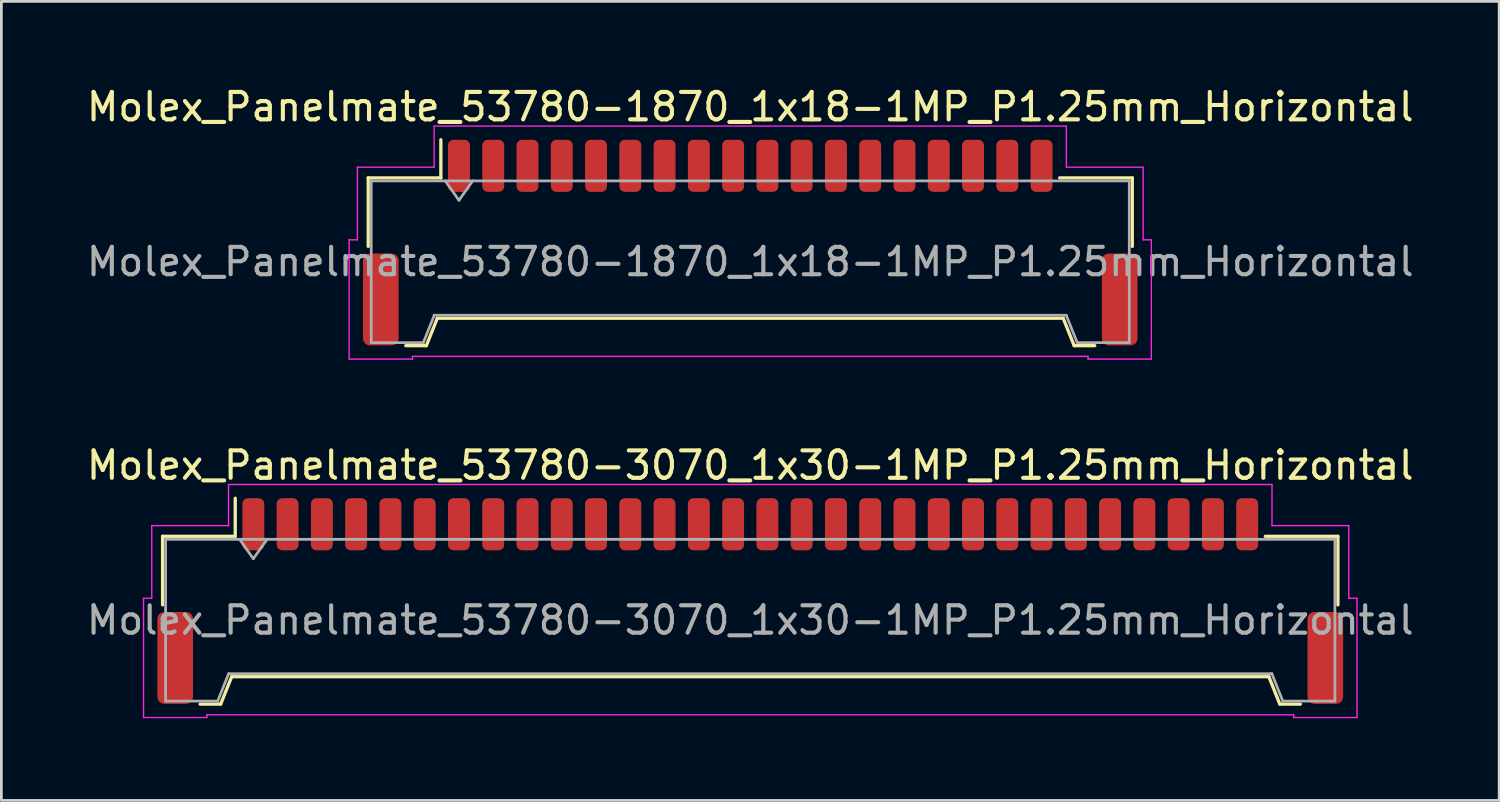
<source format=kicad_pcb>
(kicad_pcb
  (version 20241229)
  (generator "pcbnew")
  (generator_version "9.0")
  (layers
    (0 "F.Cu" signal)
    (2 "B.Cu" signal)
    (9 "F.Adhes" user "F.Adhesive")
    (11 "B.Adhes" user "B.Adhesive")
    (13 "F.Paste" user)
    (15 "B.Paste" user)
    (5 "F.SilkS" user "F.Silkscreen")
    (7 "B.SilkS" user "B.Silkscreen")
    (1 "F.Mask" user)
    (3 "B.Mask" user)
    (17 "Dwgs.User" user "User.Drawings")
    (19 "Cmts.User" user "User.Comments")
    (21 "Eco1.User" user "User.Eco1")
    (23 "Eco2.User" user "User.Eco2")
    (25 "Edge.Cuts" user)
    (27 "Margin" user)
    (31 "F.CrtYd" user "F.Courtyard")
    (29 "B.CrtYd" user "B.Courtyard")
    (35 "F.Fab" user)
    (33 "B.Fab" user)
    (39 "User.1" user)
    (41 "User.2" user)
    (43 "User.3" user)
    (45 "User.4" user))
  (footprint "Molex_Panelmate_53780-1870_1x18-1MP_P1.25mm_Horizontal"
    (layer "F.Cu")
    (at 24.315 5.798)
    (property "Reference" "Molex_Panelmate_53780-1870_1x18-1MP_P1.25mm_Horizontal" (at 0 -4.95 0) (layer "F.SilkS") (effects (font (size 1 1) (thickness 0.15))))
    (attr smd)
    (fp_line (start -13.935 -2.36) (end -11.285 -2.36) (stroke (width 0.12) (type solid)) (layer "F.SilkS"))
    (fp_line (start -13.935 0.14) (end -13.935 -2.36) (stroke (width 0.12) (type solid)) (layer "F.SilkS"))
    (fp_line (start -12.565 3.76) (end -11.815 3.76) (stroke (width 0.12) (type solid)) (layer "F.SilkS"))
    (fp_line (start -11.815 3.76) (end -11.415 2.76) (stroke (width 0.12) (type solid)) (layer "F.SilkS"))
    (fp_line (start -11.415 2.76) (end 11.415 2.76) (stroke (width 0.12) (type solid)) (layer "F.SilkS"))
    (fp_line (start -11.285 -2.36) (end -11.285 -3.75) (stroke (width 0.12) (type solid)) (layer "F.SilkS"))
    (fp_line (start 11.415 2.76) (end 11.815 3.76) (stroke (width 0.12) (type solid)) (layer "F.SilkS"))
    (fp_line (start 11.815 3.76) (end 12.565 3.76) (stroke (width 0.12) (type solid)) (layer "F.SilkS"))
    (fp_line (start 13.935 -2.36) (end 11.285 -2.36) (stroke (width 0.12) (type solid)) (layer "F.SilkS"))
    (fp_line (start 13.935 0.14) (end 13.935 -2.36) (stroke (width 0.12) (type solid)) (layer "F.SilkS"))
    (fp_line (start -14.63 -0.1) (end -14.33 -0.1) (stroke (width 0.05) (type solid)) (layer "F.CrtYd"))
    (fp_line (start -14.63 4.25) (end -14.63 -0.1) (stroke (width 0.05) (type solid)) (layer "F.CrtYd"))
    (fp_line (start -14.33 -2.75) (end -11.53 -2.75) (stroke (width 0.05) (type solid)) (layer "F.CrtYd"))
    (fp_line (start -14.33 -0.1) (end -14.33 -2.75) (stroke (width 0.05) (type solid)) (layer "F.CrtYd"))
    (fp_line (start -12.32 4.15) (end -12.32 4.25) (stroke (width 0.05) (type solid)) (layer "F.CrtYd"))
    (fp_line (start -12.32 4.25) (end -14.63 4.25) (stroke (width 0.05) (type solid)) (layer "F.CrtYd"))
    (fp_line (start -11.53 -4.25) (end 11.53 -4.25) (stroke (width 0.05) (type solid)) (layer "F.CrtYd"))
    (fp_line (start -11.53 -2.75) (end -11.53 -4.25) (stroke (width 0.05) (type solid)) (layer "F.CrtYd"))
    (fp_line (start 11.53 -4.25) (end 11.53 -2.75) (stroke (width 0.05) (type solid)) (layer "F.CrtYd"))
    (fp_line (start 11.53 -2.75) (end 14.33 -2.75) (stroke (width 0.05) (type solid)) (layer "F.CrtYd"))
    (fp_line (start 12.32 4.15) (end -12.32 4.15) (stroke (width 0.05) (type solid)) (layer "F.CrtYd"))
    (fp_line (start 12.32 4.25) (end 12.32 4.15) (stroke (width 0.05) (type solid)) (layer "F.CrtYd"))
    (fp_line (start 14.33 -2.75) (end 14.33 -0.1) (stroke (width 0.05) (type solid)) (layer "F.CrtYd"))
    (fp_line (start 14.33 -0.1) (end 14.63 -0.1) (stroke (width 0.05) (type solid)) (layer "F.CrtYd"))
    (fp_line (start 14.63 -0.1) (end 14.63 4.25) (stroke (width 0.05) (type solid)) (layer "F.CrtYd"))
    (fp_line (start 14.63 4.25) (end 12.32 4.25) (stroke (width 0.05) (type solid)) (layer "F.CrtYd"))
    (fp_line (start -13.825 -2.25) (end -13.825 3.65) (stroke (width 0.1) (type solid)) (layer "F.Fab"))
    (fp_line (start -13.825 -2.25) (end 13.825 -2.25) (stroke (width 0.1) (type solid)) (layer "F.Fab"))
    (fp_line (start -13.825 3.65) (end -11.925 3.65) (stroke (width 0.1) (type solid)) (layer "F.Fab"))
    (fp_line (start -11.925 3.65) (end -11.525 2.65) (stroke (width 0.1) (type solid)) (layer "F.Fab"))
    (fp_line (start -11.525 2.65) (end 11.525 2.65) (stroke (width 0.1) (type solid)) (layer "F.Fab"))
    (fp_line (start -11.125 -2.25) (end -10.625 -1.543) (stroke (width 0.1) (type solid)) (layer "F.Fab"))
    (fp_line (start -10.625 -1.543) (end -10.125 -2.25) (stroke (width 0.1) (type solid)) (layer "F.Fab"))
    (fp_line (start 11.525 2.65) (end 11.925 3.65) (stroke (width 0.1) (type solid)) (layer "F.Fab"))
    (fp_line (start 11.925 3.65) (end 13.825 3.65) (stroke (width 0.1) (type solid)) (layer "F.Fab"))
    (fp_line (start 13.825 -2.25) (end 13.825 3.65) (stroke (width 0.1) (type solid)) (layer "F.Fab"))
    (fp_text user "${REFERENCE}" (at 0 0.7 0) (layer "F.Fab") (effects (font (size 1 1) (thickness 0.15))))
    (pad "1" smd roundrect (at -10.625 -2.8) (size 0.8 1.9) (layers "F.Cu" "F.Mask" "F.Paste") (roundrect_rratio 0.25))
    (pad "2" smd roundrect (at -9.375 -2.8) (size 0.8 1.9) (layers "F.Cu" "F.Mask" "F.Paste") (roundrect_rratio 0.25))
    (pad "3" smd roundrect (at -8.125 -2.8) (size 0.8 1.9) (layers "F.Cu" "F.Mask" "F.Paste") (roundrect_rratio 0.25))
    (pad "4" smd roundrect (at -6.875 -2.8) (size 0.8 1.9) (layers "F.Cu" "F.Mask" "F.Paste") (roundrect_rratio 0.25))
    (pad "5" smd roundrect (at -5.625 -2.8) (size 0.8 1.9) (layers "F.Cu" "F.Mask" "F.Paste") (roundrect_rratio 0.25))
    (pad "6" smd roundrect (at -4.375 -2.8) (size 0.8 1.9) (layers "F.Cu" "F.Mask" "F.Paste") (roundrect_rratio 0.25))
    (pad "7" smd roundrect (at -3.125 -2.8) (size 0.8 1.9) (layers "F.Cu" "F.Mask" "F.Paste") (roundrect_rratio 0.25))
    (pad "8" smd roundrect (at -1.875 -2.8) (size 0.8 1.9) (layers "F.Cu" "F.Mask" "F.Paste") (roundrect_rratio 0.25))
    (pad "9" smd roundrect (at -0.625 -2.8) (size 0.8 1.9) (layers "F.Cu" "F.Mask" "F.Paste") (roundrect_rratio 0.25))
    (pad "10" smd roundrect (at 0.625 -2.8) (size 0.8 1.9) (layers "F.Cu" "F.Mask" "F.Paste") (roundrect_rratio 0.25))
    (pad "11" smd roundrect (at 1.875 -2.8) (size 0.8 1.9) (layers "F.Cu" "F.Mask" "F.Paste") (roundrect_rratio 0.25))
    (pad "12" smd roundrect (at 3.125 -2.8) (size 0.8 1.9) (layers "F.Cu" "F.Mask" "F.Paste") (roundrect_rratio 0.25))
    (pad "13" smd roundrect (at 4.375 -2.8) (size 0.8 1.9) (layers "F.Cu" "F.Mask" "F.Paste") (roundrect_rratio 0.25))
    (pad "14" smd roundrect (at 5.625 -2.8) (size 0.8 1.9) (layers "F.Cu" "F.Mask" "F.Paste") (roundrect_rratio 0.25))
    (pad "15" smd roundrect (at 6.875 -2.8) (size 0.8 1.9) (layers "F.Cu" "F.Mask" "F.Paste") (roundrect_rratio 0.25))
    (pad "16" smd roundrect (at 8.125 -2.8) (size 0.8 1.9) (layers "F.Cu" "F.Mask" "F.Paste") (roundrect_rratio 0.25))
    (pad "17" smd roundrect (at 9.375 -2.8) (size 0.8 1.9) (layers "F.Cu" "F.Mask" "F.Paste") (roundrect_rratio 0.25))
    (pad "18" smd roundrect (at 10.625 -2.8) (size 0.8 1.9) (layers "F.Cu" "F.Mask" "F.Paste") (roundrect_rratio 0.25))
    (pad "MP" smd roundrect (at -13.475 2.075) (size 1.3 3.35) (layers "F.Cu" "F.Mask" "F.Paste") (roundrect_rratio 0.192))
    (pad "MP" smd roundrect (at 13.475 2.075) (size 1.3 3.35) (layers "F.Cu" "F.Mask" "F.Paste") (roundrect_rratio 0.192)))
  (footprint "Molex_Panelmate_53780-3070_1x30-1MP_P1.25mm_Horizontal"
    (layer "F.Cu")
    (at 24.315 18.872)
    (property "Reference" "Molex_Panelmate_53780-3070_1x30-1MP_P1.25mm_Horizontal" (at 0 -4.95 0) (layer "F.SilkS") (effects (font (size 1 1) (thickness 0.15))))
    (attr smd)
    (fp_line (start -21.435 -2.36) (end -18.785 -2.36) (stroke (width 0.12) (type solid)) (layer "F.SilkS"))
    (fp_line (start -21.435 0.14) (end -21.435 -2.36) (stroke (width 0.12) (type solid)) (layer "F.SilkS"))
    (fp_line (start -20.065 3.76) (end -19.315 3.76) (stroke (width 0.12) (type solid)) (layer "F.SilkS"))
    (fp_line (start -19.315 3.76) (end -18.915 2.76) (stroke (width 0.12) (type solid)) (layer "F.SilkS"))
    (fp_line (start -18.915 2.76) (end 18.915 2.76) (stroke (width 0.12) (type solid)) (layer "F.SilkS"))
    (fp_line (start -18.785 -2.36) (end -18.785 -3.75) (stroke (width 0.12) (type solid)) (layer "F.SilkS"))
    (fp_line (start 18.915 2.76) (end 19.315 3.76) (stroke (width 0.12) (type solid)) (layer "F.SilkS"))
    (fp_line (start 19.315 3.76) (end 20.065 3.76) (stroke (width 0.12) (type solid)) (layer "F.SilkS"))
    (fp_line (start 21.435 -2.36) (end 18.785 -2.36) (stroke (width 0.12) (type solid)) (layer "F.SilkS"))
    (fp_line (start 21.435 0.14) (end 21.435 -2.36) (stroke (width 0.12) (type solid)) (layer "F.SilkS"))
    (fp_line (start -22.13 -0.1) (end -21.83 -0.1) (stroke (width 0.05) (type solid)) (layer "F.CrtYd"))
    (fp_line (start -22.13 4.25) (end -22.13 -0.1) (stroke (width 0.05) (type solid)) (layer "F.CrtYd"))
    (fp_line (start -21.83 -2.75) (end -19.03 -2.75) (stroke (width 0.05) (type solid)) (layer "F.CrtYd"))
    (fp_line (start -21.83 -0.1) (end -21.83 -2.75) (stroke (width 0.05) (type solid)) (layer "F.CrtYd"))
    (fp_line (start -19.82 4.15) (end -19.82 4.25) (stroke (width 0.05) (type solid)) (layer "F.CrtYd"))
    (fp_line (start -19.82 4.25) (end -22.13 4.25) (stroke (width 0.05) (type solid)) (layer "F.CrtYd"))
    (fp_line (start -19.03 -4.25) (end 19.03 -4.25) (stroke (width 0.05) (type solid)) (layer "F.CrtYd"))
    (fp_line (start -19.03 -2.75) (end -19.03 -4.25) (stroke (width 0.05) (type solid)) (layer "F.CrtYd"))
    (fp_line (start 19.03 -4.25) (end 19.03 -2.75) (stroke (width 0.05) (type solid)) (layer "F.CrtYd"))
    (fp_line (start 19.03 -2.75) (end 21.83 -2.75) (stroke (width 0.05) (type solid)) (layer "F.CrtYd"))
    (fp_line (start 19.82 4.15) (end -19.82 4.15) (stroke (width 0.05) (type solid)) (layer "F.CrtYd"))
    (fp_line (start 19.82 4.25) (end 19.82 4.15) (stroke (width 0.05) (type solid)) (layer "F.CrtYd"))
    (fp_line (start 21.83 -2.75) (end 21.83 -0.1) (stroke (width 0.05) (type solid)) (layer "F.CrtYd"))
    (fp_line (start 21.83 -0.1) (end 22.13 -0.1) (stroke (width 0.05) (type solid)) (layer "F.CrtYd"))
    (fp_line (start 22.13 -0.1) (end 22.13 4.25) (stroke (width 0.05) (type solid)) (layer "F.CrtYd"))
    (fp_line (start 22.13 4.25) (end 19.82 4.25) (stroke (width 0.05) (type solid)) (layer "F.CrtYd"))
    (fp_line (start -21.325 -2.25) (end -21.325 3.65) (stroke (width 0.1) (type solid)) (layer "F.Fab"))
    (fp_line (start -21.325 -2.25) (end 21.325 -2.25) (stroke (width 0.1) (type solid)) (layer "F.Fab"))
    (fp_line (start -21.325 3.65) (end -19.425 3.65) (stroke (width 0.1) (type solid)) (layer "F.Fab"))
    (fp_line (start -19.425 3.65) (end -19.025 2.65) (stroke (width 0.1) (type solid)) (layer "F.Fab"))
    (fp_line (start -19.025 2.65) (end 19.025 2.65) (stroke (width 0.1) (type solid)) (layer "F.Fab"))
    (fp_line (start -18.625 -2.25) (end -18.125 -1.543) (stroke (width 0.1) (type solid)) (layer "F.Fab"))
    (fp_line (start -18.125 -1.543) (end -17.625 -2.25) (stroke (width 0.1) (type solid)) (layer "F.Fab"))
    (fp_line (start 19.025 2.65) (end 19.425 3.65) (stroke (width 0.1) (type solid)) (layer "F.Fab"))
    (fp_line (start 19.425 3.65) (end 21.325 3.65) (stroke (width 0.1) (type solid)) (layer "F.Fab"))
    (fp_line (start 21.325 -2.25) (end 21.325 3.65) (stroke (width 0.1) (type solid)) (layer "F.Fab"))
    (fp_text user "${REFERENCE}" (at 0 0.7 0) (layer "F.Fab") (effects (font (size 1 1) (thickness 0.15))))
    (pad "1" smd roundrect (at -18.125 -2.8) (size 0.8 1.9) (layers "F.Cu" "F.Mask" "F.Paste") (roundrect_rratio 0.25))
    (pad "2" smd roundrect (at -16.875 -2.8) (size 0.8 1.9) (layers "F.Cu" "F.Mask" "F.Paste") (roundrect_rratio 0.25))
    (pad "3" smd roundrect (at -15.625 -2.8) (size 0.8 1.9) (layers "F.Cu" "F.Mask" "F.Paste") (roundrect_rratio 0.25))
    (pad "4" smd roundrect (at -14.375 -2.8) (size 0.8 1.9) (layers "F.Cu" "F.Mask" "F.Paste") (roundrect_rratio 0.25))
    (pad "5" smd roundrect (at -13.125 -2.8) (size 0.8 1.9) (layers "F.Cu" "F.Mask" "F.Paste") (roundrect_rratio 0.25))
    (pad "6" smd roundrect (at -11.875 -2.8) (size 0.8 1.9) (layers "F.Cu" "F.Mask" "F.Paste") (roundrect_rratio 0.25))
    (pad "7" smd roundrect (at -10.625 -2.8) (size 0.8 1.9) (layers "F.Cu" "F.Mask" "F.Paste") (roundrect_rratio 0.25))
    (pad "8" smd roundrect (at -9.375 -2.8) (size 0.8 1.9) (layers "F.Cu" "F.Mask" "F.Paste") (roundrect_rratio 0.25))
    (pad "9" smd roundrect (at -8.125 -2.8) (size 0.8 1.9) (layers "F.Cu" "F.Mask" "F.Paste") (roundrect_rratio 0.25))
    (pad "10" smd roundrect (at -6.875 -2.8) (size 0.8 1.9) (layers "F.Cu" "F.Mask" "F.Paste") (roundrect_rratio 0.25))
    (pad "11" smd roundrect (at -5.625 -2.8) (size 0.8 1.9) (layers "F.Cu" "F.Mask" "F.Paste") (roundrect_rratio 0.25))
    (pad "12" smd roundrect (at -4.375 -2.8) (size 0.8 1.9) (layers "F.Cu" "F.Mask" "F.Paste") (roundrect_rratio 0.25))
    (pad "13" smd roundrect (at -3.125 -2.8) (size 0.8 1.9) (layers "F.Cu" "F.Mask" "F.Paste") (roundrect_rratio 0.25))
    (pad "14" smd roundrect (at -1.875 -2.8) (size 0.8 1.9) (layers "F.Cu" "F.Mask" "F.Paste") (roundrect_rratio 0.25))
    (pad "15" smd roundrect (at -0.625 -2.8) (size 0.8 1.9) (layers "F.Cu" "F.Mask" "F.Paste") (roundrect_rratio 0.25))
    (pad "16" smd roundrect (at 0.625 -2.8) (size 0.8 1.9) (layers "F.Cu" "F.Mask" "F.Paste") (roundrect_rratio 0.25))
    (pad "17" smd roundrect (at 1.875 -2.8) (size 0.8 1.9) (layers "F.Cu" "F.Mask" "F.Paste") (roundrect_rratio 0.25))
    (pad "18" smd roundrect (at 3.125 -2.8) (size 0.8 1.9) (layers "F.Cu" "F.Mask" "F.Paste") (roundrect_rratio 0.25))
    (pad "19" smd roundrect (at 4.375 -2.8) (size 0.8 1.9) (layers "F.Cu" "F.Mask" "F.Paste") (roundrect_rratio 0.25))
    (pad "20" smd roundrect (at 5.625 -2.8) (size 0.8 1.9) (layers "F.Cu" "F.Mask" "F.Paste") (roundrect_rratio 0.25))
    (pad "21" smd roundrect (at 6.875 -2.8) (size 0.8 1.9) (layers "F.Cu" "F.Mask" "F.Paste") (roundrect_rratio 0.25))
    (pad "22" smd roundrect (at 8.125 -2.8) (size 0.8 1.9) (layers "F.Cu" "F.Mask" "F.Paste") (roundrect_rratio 0.25))
    (pad "23" smd roundrect (at 9.375 -2.8) (size 0.8 1.9) (layers "F.Cu" "F.Mask" "F.Paste") (roundrect_rratio 0.25))
    (pad "24" smd roundrect (at 10.625 -2.8) (size 0.8 1.9) (layers "F.Cu" "F.Mask" "F.Paste") (roundrect_rratio 0.25))
    (pad "25" smd roundrect (at 11.875 -2.8) (size 0.8 1.9) (layers "F.Cu" "F.Mask" "F.Paste") (roundrect_rratio 0.25))
    (pad "26" smd roundrect (at 13.125 -2.8) (size 0.8 1.9) (layers "F.Cu" "F.Mask" "F.Paste") (roundrect_rratio 0.25))
    (pad "27" smd roundrect (at 14.375 -2.8) (size 0.8 1.9) (layers "F.Cu" "F.Mask" "F.Paste") (roundrect_rratio 0.25))
    (pad "28" smd roundrect (at 15.625 -2.8) (size 0.8 1.9) (layers "F.Cu" "F.Mask" "F.Paste") (roundrect_rratio 0.25))
    (pad "29" smd roundrect (at 16.875 -2.8) (size 0.8 1.9) (layers "F.Cu" "F.Mask" "F.Paste") (roundrect_rratio 0.25))
    (pad "30" smd roundrect (at 18.125 -2.8) (size 0.8 1.9) (layers "F.Cu" "F.Mask" "F.Paste") (roundrect_rratio 0.25))
    (pad "MP" smd roundrect (at -20.975 2.075) (size 1.3 3.35) (layers "F.Cu" "F.Mask" "F.Paste") (roundrect_rratio 0.192))
    (pad "MP" smd roundrect (at 20.975 2.075) (size 1.3 3.35) (layers "F.Cu" "F.Mask" "F.Paste") (roundrect_rratio 0.192)))
  (gr_rect
    (start -3 -3)
    (end 51.631 26.146)
    (stroke (width 0.1) (type default))
    (fill no)
    (layer "Edge.Cuts")))
</source>
